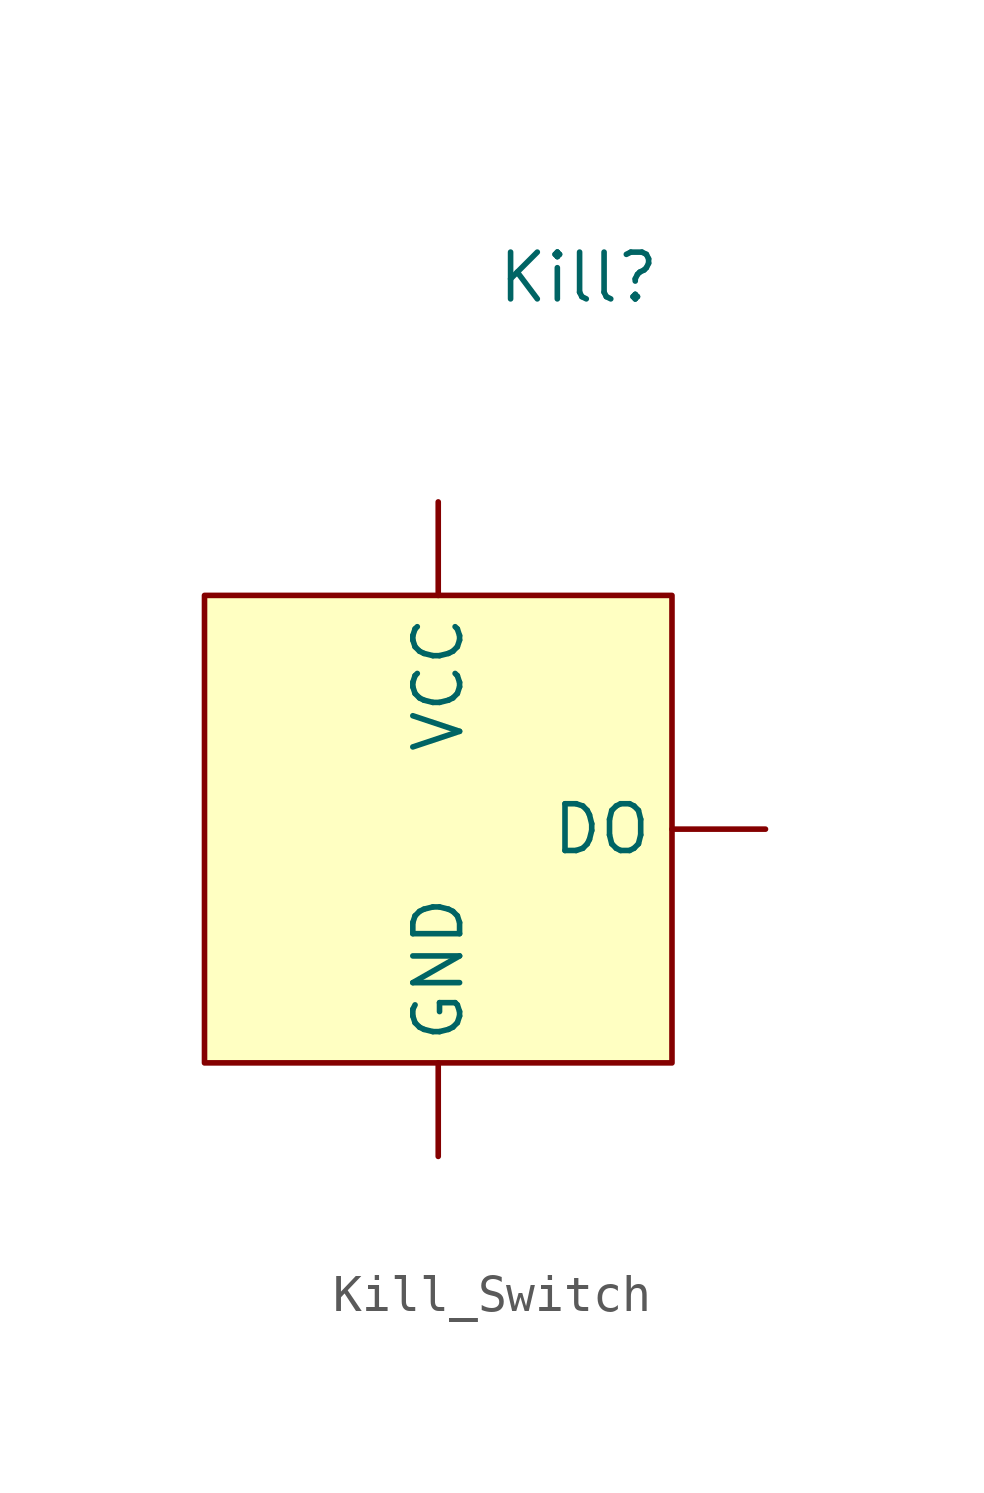
<source format=kicad_sym>
(kicad_symbol_lib
  (version 20241209)
  (generator "kicad_symbol_editor")
  (generator_version "9.0")
  (symbol "Kill_Switch"
    (property "Reference" "Kill"
      (at 3.81 14.986 0)
      (effects (font (size 1.27 1.27))))
    (property "Value" ""
      (at 0 0 0)
      (effects (font (size 1.27 1.27))))
    (symbol "Kill_Switch_1_1"
      (rectangle (start -6.35 6.35) (end 6.35 -6.35) (stroke (width 0) (type solid)) (fill (type background)))
      (pin power_in line (at 0 8.89 270) (length 2.54) (name "VCC" (effects (font (size 1.27 1.27)))) (number "" (effects (font (size 1.27 1.27)))))
      (pin power_in line (at 0 -8.89 90) (length 2.54) (name "GND" (effects (font (size 1.27 1.27)))) (number "" (effects (font (size 1.27 1.27)))))
      (pin output line (at 8.89 0 180) (length 2.54) (name "DO" (effects (font (size 1.27 1.27)))) (number "" (effects (font (size 1.27 1.27))))))))
</source>
